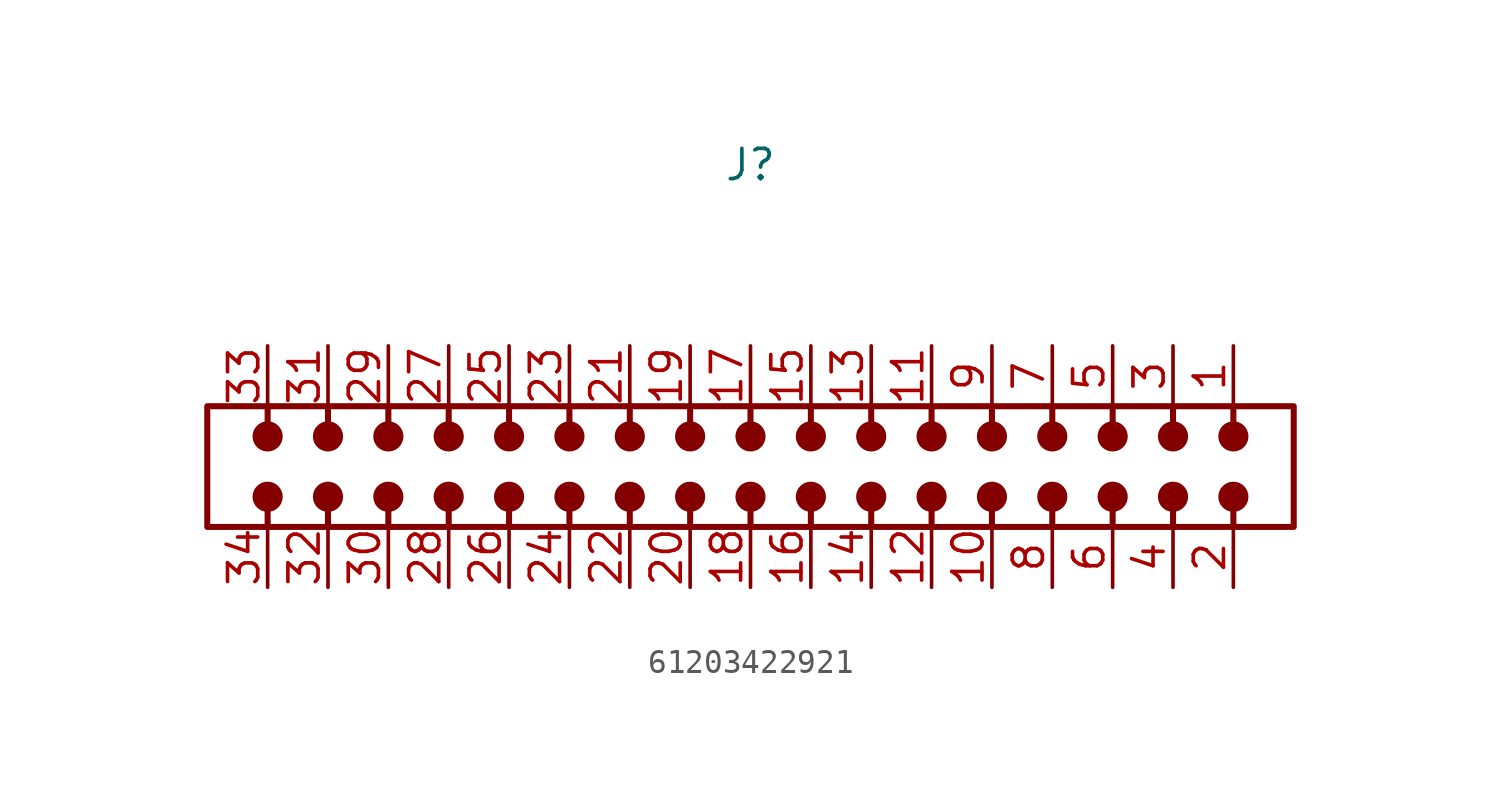
<source format=kicad_sym>
(kicad_symbol_lib
  (version 20241209)
  (generator "kicad_symbol_editor")
  (generator_version "9.0")
  (symbol "61203422921"
    (pin_names
      (hide yes))
    (property "Reference" "J"
      (at 0 12.7 0)
      (effects (font (size 1.27 1.27))))
    (symbol "61203422921_1_1"
      (rectangle (start -22.86 2.54) (end 22.86 -2.54) (stroke (width 0.254) (type solid)) (fill (type none)))
      (polyline (pts (xy -20.32 1.778) (xy -20.32 2.54)) (stroke (width 0.254) (type solid)) (fill (type none)))
      (circle (center -20.32 1.27) (radius 0.508) (stroke (width 0.254) (type solid)) (fill (type outline)))
      (circle (center -20.32 -1.27) (radius 0.508) (stroke (width 0.254) (type solid)) (fill (type outline)))
      (polyline (pts (xy -20.32 -1.778) (xy -20.32 -2.54)) (stroke (width 0.254) (type solid)) (fill (type none)))
      (polyline (pts (xy -17.78 1.778) (xy -17.78 2.54)) (stroke (width 0.254) (type solid)) (fill (type none)))
      (circle (center -17.78 1.27) (radius 0.508) (stroke (width 0.254) (type solid)) (fill (type outline)))
      (circle (center -17.78 -1.27) (radius 0.508) (stroke (width 0.254) (type solid)) (fill (type outline)))
      (polyline (pts (xy -17.78 -1.778) (xy -17.78 -2.54)) (stroke (width 0.254) (type solid)) (fill (type none)))
      (polyline (pts (xy -15.24 1.778) (xy -15.24 2.54)) (stroke (width 0.254) (type solid)) (fill (type none)))
      (circle (center -15.24 1.27) (radius 0.508) (stroke (width 0.254) (type solid)) (fill (type outline)))
      (circle (center -15.24 -1.27) (radius 0.508) (stroke (width 0.254) (type solid)) (fill (type outline)))
      (polyline (pts (xy -15.24 -1.778) (xy -15.24 -2.54)) (stroke (width 0.254) (type solid)) (fill (type none)))
      (polyline (pts (xy -12.7 1.778) (xy -12.7 2.54)) (stroke (width 0.254) (type solid)) (fill (type none)))
      (circle (center -12.7 1.27) (radius 0.508) (stroke (width 0.254) (type solid)) (fill (type outline)))
      (circle (center -12.7 -1.27) (radius 0.508) (stroke (width 0.254) (type solid)) (fill (type outline)))
      (polyline (pts (xy -12.7 -1.778) (xy -12.7 -2.54)) (stroke (width 0.254) (type solid)) (fill (type none)))
      (polyline (pts (xy -10.16 1.778) (xy -10.16 2.54)) (stroke (width 0.254) (type solid)) (fill (type none)))
      (circle (center -10.16 1.27) (radius 0.508) (stroke (width 0.254) (type solid)) (fill (type outline)))
      (circle (center -10.16 -1.27) (radius 0.508) (stroke (width 0.254) (type solid)) (fill (type outline)))
      (polyline (pts (xy -10.16 -1.778) (xy -10.16 -2.54)) (stroke (width 0.254) (type solid)) (fill (type none)))
      (polyline (pts (xy -7.62 1.778) (xy -7.62 2.54)) (stroke (width 0.254) (type solid)) (fill (type none)))
      (circle (center -7.62 1.27) (radius 0.508) (stroke (width 0.254) (type solid)) (fill (type outline)))
      (circle (center -7.62 -1.27) (radius 0.508) (stroke (width 0.254) (type solid)) (fill (type outline)))
      (polyline (pts (xy -7.62 -1.778) (xy -7.62 -2.54)) (stroke (width 0.254) (type solid)) (fill (type none)))
      (polyline (pts (xy -5.08 1.778) (xy -5.08 2.54)) (stroke (width 0.254) (type solid)) (fill (type none)))
      (circle (center -5.08 1.27) (radius 0.508) (stroke (width 0.254) (type solid)) (fill (type outline)))
      (circle (center -5.08 -1.27) (radius 0.508) (stroke (width 0.254) (type solid)) (fill (type outline)))
      (polyline (pts (xy -5.08 -1.778) (xy -5.08 -2.54)) (stroke (width 0.254) (type solid)) (fill (type none)))
      (polyline (pts (xy -2.54 1.778) (xy -2.54 2.54)) (stroke (width 0.254) (type solid)) (fill (type none)))
      (circle (center -2.54 1.27) (radius 0.508) (stroke (width 0.254) (type solid)) (fill (type outline)))
      (circle (center -2.54 -1.27) (radius 0.508) (stroke (width 0.254) (type solid)) (fill (type outline)))
      (polyline (pts (xy -2.54 -1.778) (xy -2.54 -2.54)) (stroke (width 0.254) (type solid)) (fill (type none)))
      (polyline (pts (xy 0 1.778) (xy 0 2.54)) (stroke (width 0.254) (type solid)) (fill (type none)))
      (circle (center 0 1.27) (radius 0.508) (stroke (width 0.254) (type solid)) (fill (type outline)))
      (circle (center 0 -1.27) (radius 0.508) (stroke (width 0.254) (type solid)) (fill (type outline)))
      (polyline (pts (xy 0 -1.778) (xy 0 -2.54)) (stroke (width 0.254) (type solid)) (fill (type none)))
      (polyline (pts (xy 2.54 1.778) (xy 2.54 2.54)) (stroke (width 0.254) (type solid)) (fill (type none)))
      (circle (center 2.54 1.27) (radius 0.508) (stroke (width 0.254) (type solid)) (fill (type outline)))
      (circle (center 2.54 -1.27) (radius 0.508) (stroke (width 0.254) (type solid)) (fill (type outline)))
      (polyline (pts (xy 2.54 -1.778) (xy 2.54 -2.54)) (stroke (width 0.254) (type solid)) (fill (type none)))
      (polyline (pts (xy 5.08 1.778) (xy 5.08 2.54)) (stroke (width 0.254) (type solid)) (fill (type none)))
      (circle (center 5.08 1.27) (radius 0.508) (stroke (width 0.254) (type solid)) (fill (type outline)))
      (circle (center 5.08 -1.27) (radius 0.508) (stroke (width 0.254) (type solid)) (fill (type outline)))
      (polyline (pts (xy 5.08 -1.778) (xy 5.08 -2.54)) (stroke (width 0.254) (type solid)) (fill (type none)))
      (polyline (pts (xy 7.62 1.778) (xy 7.62 2.54)) (stroke (width 0.254) (type solid)) (fill (type none)))
      (circle (center 7.62 1.27) (radius 0.508) (stroke (width 0.254) (type solid)) (fill (type outline)))
      (circle (center 7.62 -1.27) (radius 0.508) (stroke (width 0.254) (type solid)) (fill (type outline)))
      (polyline (pts (xy 7.62 -1.778) (xy 7.62 -2.54)) (stroke (width 0.254) (type solid)) (fill (type none)))
      (polyline (pts (xy 10.16 1.778) (xy 10.16 2.54)) (stroke (width 0.254) (type solid)) (fill (type none)))
      (circle (center 10.16 1.27) (radius 0.508) (stroke (width 0.254) (type solid)) (fill (type outline)))
      (circle (center 10.16 -1.27) (radius 0.508) (stroke (width 0.254) (type solid)) (fill (type outline)))
      (polyline (pts (xy 10.16 -1.778) (xy 10.16 -2.54)) (stroke (width 0.254) (type solid)) (fill (type none)))
      (polyline (pts (xy 12.7 1.778) (xy 12.7 2.54)) (stroke (width 0.254) (type solid)) (fill (type none)))
      (circle (center 12.7 1.27) (radius 0.508) (stroke (width 0.254) (type solid)) (fill (type outline)))
      (circle (center 12.7 -1.27) (radius 0.508) (stroke (width 0.254) (type solid)) (fill (type outline)))
      (polyline (pts (xy 12.7 -1.778) (xy 12.7 -2.54)) (stroke (width 0.254) (type solid)) (fill (type none)))
      (polyline (pts (xy 15.24 1.778) (xy 15.24 2.54)) (stroke (width 0.254) (type solid)) (fill (type none)))
      (circle (center 15.24 1.27) (radius 0.508) (stroke (width 0.254) (type solid)) (fill (type outline)))
      (circle (center 15.24 -1.27) (radius 0.508) (stroke (width 0.254) (type solid)) (fill (type outline)))
      (polyline (pts (xy 15.24 -1.778) (xy 15.24 -2.54)) (stroke (width 0.254) (type solid)) (fill (type none)))
      (polyline (pts (xy 17.78 1.778) (xy 17.78 2.54)) (stroke (width 0.254) (type solid)) (fill (type none)))
      (circle (center 17.78 1.27) (radius 0.508) (stroke (width 0.254) (type solid)) (fill (type outline)))
      (circle (center 17.78 -1.27) (radius 0.508) (stroke (width 0.254) (type solid)) (fill (type outline)))
      (polyline (pts (xy 17.78 -1.778) (xy 17.78 -2.54)) (stroke (width 0.254) (type solid)) (fill (type none)))
      (polyline (pts (xy 20.32 1.778) (xy 20.32 2.54)) (stroke (width 0.254) (type solid)) (fill (type none)))
      (circle (center 20.32 1.27) (radius 0.508) (stroke (width 0.254) (type solid)) (fill (type outline)))
      (circle (center 20.32 -1.27) (radius 0.508) (stroke (width 0.254) (type solid)) (fill (type outline)))
      (polyline (pts (xy 20.32 -1.778) (xy 20.32 -2.54)) (stroke (width 0.254) (type solid)) (fill (type none)))
      (pin passive line (at -20.32 5.08 270) (length 2.54) (name "33" (effects (font (size 1.27 1.27)))) (number "33" (effects (font (size 1.27 1.27)))))
      (pin passive line (at -20.32 -5.08 90) (length 2.54) (name "34" (effects (font (size 1.27 1.27)))) (number "34" (effects (font (size 1.27 1.27)))))
      (pin passive line (at -17.78 5.08 270) (length 2.54) (name "31" (effects (font (size 1.27 1.27)))) (number "31" (effects (font (size 1.27 1.27)))))
      (pin passive line (at -17.78 -5.08 90) (length 2.54) (name "32" (effects (font (size 1.27 1.27)))) (number "32" (effects (font (size 1.27 1.27)))))
      (pin passive line (at -15.24 5.08 270) (length 2.54) (name "29" (effects (font (size 1.27 1.27)))) (number "29" (effects (font (size 1.27 1.27)))))
      (pin passive line (at -15.24 -5.08 90) (length 2.54) (name "30" (effects (font (size 1.27 1.27)))) (number "30" (effects (font (size 1.27 1.27)))))
      (pin passive line (at -12.7 5.08 270) (length 2.54) (name "27" (effects (font (size 1.27 1.27)))) (number "27" (effects (font (size 1.27 1.27)))))
      (pin passive line (at -12.7 -5.08 90) (length 2.54) (name "28" (effects (font (size 1.27 1.27)))) (number "28" (effects (font (size 1.27 1.27)))))
      (pin passive line (at -10.16 5.08 270) (length 2.54) (name "25" (effects (font (size 1.27 1.27)))) (number "25" (effects (font (size 1.27 1.27)))))
      (pin passive line (at -10.16 -5.08 90) (length 2.54) (name "26" (effects (font (size 1.27 1.27)))) (number "26" (effects (font (size 1.27 1.27)))))
      (pin passive line (at -7.62 5.08 270) (length 2.54) (name "23" (effects (font (size 1.27 1.27)))) (number "23" (effects (font (size 1.27 1.27)))))
      (pin passive line (at -7.62 -5.08 90) (length 2.54) (name "24" (effects (font (size 1.27 1.27)))) (number "24" (effects (font (size 1.27 1.27)))))
      (pin passive line (at -5.08 5.08 270) (length 2.54) (name "21" (effects (font (size 1.27 1.27)))) (number "21" (effects (font (size 1.27 1.27)))))
      (pin passive line (at -5.08 -5.08 90) (length 2.54) (name "22" (effects (font (size 1.27 1.27)))) (number "22" (effects (font (size 1.27 1.27)))))
      (pin passive line (at -2.54 5.08 270) (length 2.54) (name "19" (effects (font (size 1.27 1.27)))) (number "19" (effects (font (size 1.27 1.27)))))
      (pin passive line (at -2.54 -5.08 90) (length 2.54) (name "20" (effects (font (size 1.27 1.27)))) (number "20" (effects (font (size 1.27 1.27)))))
      (pin passive line (at 0 5.08 270) (length 2.54) (name "17" (effects (font (size 1.27 1.27)))) (number "17" (effects (font (size 1.27 1.27)))))
      (pin passive line (at 0 -5.08 90) (length 2.54) (name "18" (effects (font (size 1.27 1.27)))) (number "18" (effects (font (size 1.27 1.27)))))
      (pin passive line (at 2.54 5.08 270) (length 2.54) (name "15" (effects (font (size 1.27 1.27)))) (number "15" (effects (font (size 1.27 1.27)))))
      (pin passive line (at 2.54 -5.08 90) (length 2.54) (name "16" (effects (font (size 1.27 1.27)))) (number "16" (effects (font (size 1.27 1.27)))))
      (pin passive line (at 5.08 5.08 270) (length 2.54) (name "13" (effects (font (size 1.27 1.27)))) (number "13" (effects (font (size 1.27 1.27)))))
      (pin passive line (at 5.08 -5.08 90) (length 2.54) (name "14" (effects (font (size 1.27 1.27)))) (number "14" (effects (font (size 1.27 1.27)))))
      (pin passive line (at 7.62 5.08 270) (length 2.54) (name "11" (effects (font (size 1.27 1.27)))) (number "11" (effects (font (size 1.27 1.27)))))
      (pin passive line (at 7.62 -5.08 90) (length 2.54) (name "12" (effects (font (size 1.27 1.27)))) (number "12" (effects (font (size 1.27 1.27)))))
      (pin passive line (at 10.16 5.08 270) (length 2.54) (name "9" (effects (font (size 1.27 1.27)))) (number "9" (effects (font (size 1.27 1.27)))))
      (pin passive line (at 10.16 -5.08 90) (length 2.54) (name "10" (effects (font (size 1.27 1.27)))) (number "10" (effects (font (size 1.27 1.27)))))
      (pin passive line (at 12.7 5.08 270) (length 2.54) (name "7" (effects (font (size 1.27 1.27)))) (number "7" (effects (font (size 1.27 1.27)))))
      (pin passive line (at 12.7 -5.08 90) (length 2.54) (name "8" (effects (font (size 1.27 1.27)))) (number "8" (effects (font (size 1.27 1.27)))))
      (pin passive line (at 15.24 5.08 270) (length 2.54) (name "5" (effects (font (size 1.27 1.27)))) (number "5" (effects (font (size 1.27 1.27)))))
      (pin passive line (at 15.24 -5.08 90) (length 2.54) (name "6" (effects (font (size 1.27 1.27)))) (number "6" (effects (font (size 1.27 1.27)))))
      (pin passive line (at 17.78 5.08 270) (length 2.54) (name "3" (effects (font (size 1.27 1.27)))) (number "3" (effects (font (size 1.27 1.27)))))
      (pin passive line (at 17.78 -5.08 90) (length 2.54) (name "4" (effects (font (size 1.27 1.27)))) (number "4" (effects (font (size 1.27 1.27)))))
      (pin passive line (at 20.32 5.08 270) (length 2.54) (name "1" (effects (font (size 1.27 1.27)))) (number "1" (effects (font (size 1.27 1.27)))))
      (pin passive line (at 20.32 -5.08 90) (length 2.54) (name "2" (effects (font (size 1.27 1.27)))) (number "2" (effects (font (size 1.27 1.27))))))))
</source>
